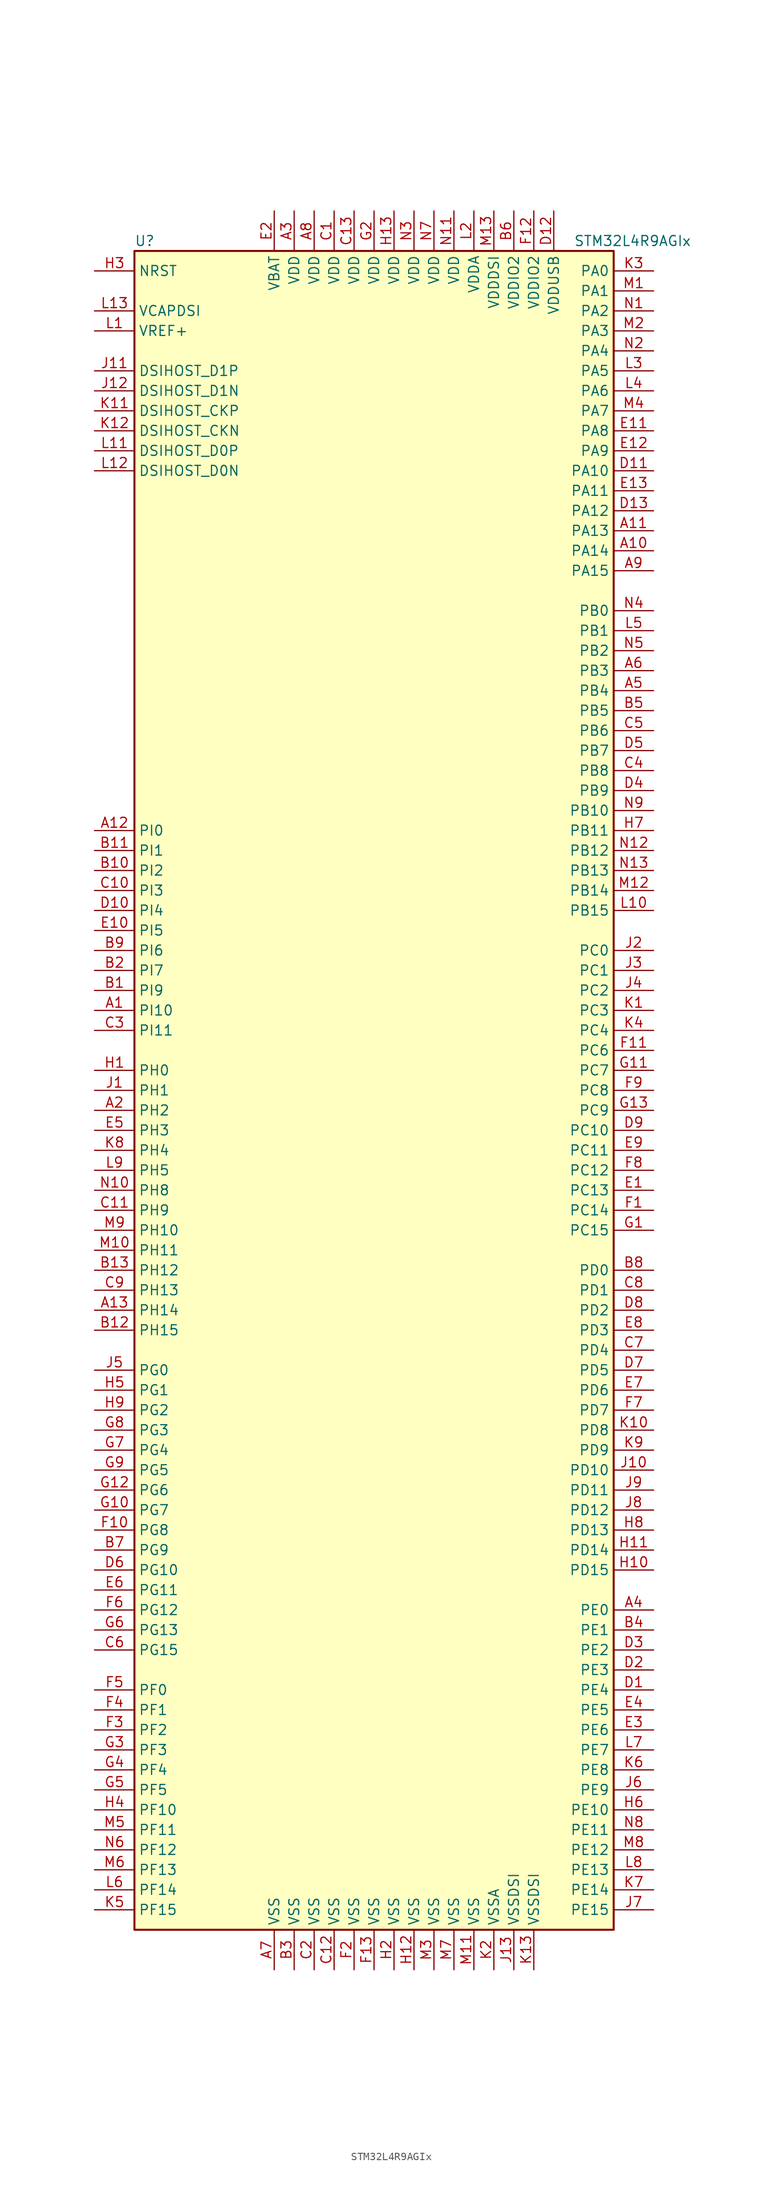
<source format=kicad_sym>
(kicad_symbol_lib
  (version 20220914)
  (generator kicad_symbol_editor)
  (symbol "STM32L4R9AGIx"
    (property "Reference" "U"
      (at -30.48 107.95 0)
      (effects (font (size 1.27 1.27)) (justify left)))
    (property "Value" "STM32L4R9AGIx"
      (at 25.4 107.95 0)
      (effects (font (size 1.27 1.27)) (justify left)))
    (symbol "STM32L4R9AGIx_0_1"
      (rectangle (start -30.48 -106.68) (end 30.48 106.68) (stroke (width 0.254) (type default)) (fill (type background))))
    (symbol "STM32L4R9AGIx_1_1"
      (pin bidirectional line (at -35.56 10.16 0) (length 5.08) (name "PI10" (effects (font (size 1.27 1.27)))) (number "A1" (effects (font (size 1.27 1.27)))))
      (pin bidirectional line (at 35.56 68.58 180) (length 5.08) (name "PA14" (effects (font (size 1.27 1.27)))) (number "A10" (effects (font (size 1.27 1.27)))))
      (pin bidirectional line (at 35.56 71.12 180) (length 5.08) (name "PA13" (effects (font (size 1.27 1.27)))) (number "A11" (effects (font (size 1.27 1.27)))))
      (pin bidirectional line (at -35.56 33.02 0) (length 5.08) (name "PI0" (effects (font (size 1.27 1.27)))) (number "A12" (effects (font (size 1.27 1.27)))))
      (pin bidirectional line (at -35.56 -27.94 0) (length 5.08) (name "PH14" (effects (font (size 1.27 1.27)))) (number "A13" (effects (font (size 1.27 1.27)))))
      (pin bidirectional line (at -35.56 -2.54 0) (length 5.08) (name "PH2" (effects (font (size 1.27 1.27)))) (number "A2" (effects (font (size 1.27 1.27)))))
      (pin power_in line (at -10.16 111.76 270) (length 5.08) (name "VDD" (effects (font (size 1.27 1.27)))) (number "A3" (effects (font (size 1.27 1.27)))))
      (pin bidirectional line (at 35.56 -66.04 180) (length 5.08) (name "PE0" (effects (font (size 1.27 1.27)))) (number "A4" (effects (font (size 1.27 1.27)))))
      (pin bidirectional line (at 35.56 50.8 180) (length 5.08) (name "PB4" (effects (font (size 1.27 1.27)))) (number "A5" (effects (font (size 1.27 1.27)))))
      (pin bidirectional line (at 35.56 53.34 180) (length 5.08) (name "PB3" (effects (font (size 1.27 1.27)))) (number "A6" (effects (font (size 1.27 1.27)))))
      (pin power_in line (at -12.7 -111.76 90) (length 5.08) (name "VSS" (effects (font (size 1.27 1.27)))) (number "A7" (effects (font (size 1.27 1.27)))))
      (pin power_in line (at -7.62 111.76 270) (length 5.08) (name "VDD" (effects (font (size 1.27 1.27)))) (number "A8" (effects (font (size 1.27 1.27)))))
      (pin bidirectional line (at 35.56 66.04 180) (length 5.08) (name "PA15" (effects (font (size 1.27 1.27)))) (number "A9" (effects (font (size 1.27 1.27)))))
      (pin bidirectional line (at -35.56 12.7 0) (length 5.08) (name "PI9" (effects (font (size 1.27 1.27)))) (number "B1" (effects (font (size 1.27 1.27)))))
      (pin bidirectional line (at -35.56 27.94 0) (length 5.08) (name "PI2" (effects (font (size 1.27 1.27)))) (number "B10" (effects (font (size 1.27 1.27)))))
      (pin bidirectional line (at -35.56 30.48 0) (length 5.08) (name "PI1" (effects (font (size 1.27 1.27)))) (number "B11" (effects (font (size 1.27 1.27)))))
      (pin bidirectional line (at -35.56 -30.48 0) (length 5.08) (name "PH15" (effects (font (size 1.27 1.27)))) (number "B12" (effects (font (size 1.27 1.27)))))
      (pin bidirectional line (at -35.56 -22.86 0) (length 5.08) (name "PH12" (effects (font (size 1.27 1.27)))) (number "B13" (effects (font (size 1.27 1.27)))))
      (pin bidirectional line (at -35.56 15.24 0) (length 5.08) (name "PI7" (effects (font (size 1.27 1.27)))) (number "B2" (effects (font (size 1.27 1.27)))))
      (pin power_in line (at -10.16 -111.76 90) (length 5.08) (name "VSS" (effects (font (size 1.27 1.27)))) (number "B3" (effects (font (size 1.27 1.27)))))
      (pin bidirectional line (at 35.56 -68.58 180) (length 5.08) (name "PE1" (effects (font (size 1.27 1.27)))) (number "B4" (effects (font (size 1.27 1.27)))))
      (pin bidirectional line (at 35.56 48.26 180) (length 5.08) (name "PB5" (effects (font (size 1.27 1.27)))) (number "B5" (effects (font (size 1.27 1.27)))))
      (pin power_in line (at 17.78 111.76 270) (length 5.08) (name "VDDIO2" (effects (font (size 1.27 1.27)))) (number "B6" (effects (font (size 1.27 1.27)))))
      (pin bidirectional line (at -35.56 -58.42 0) (length 5.08) (name "PG9" (effects (font (size 1.27 1.27)))) (number "B7" (effects (font (size 1.27 1.27)))))
      (pin bidirectional line (at 35.56 -22.86 180) (length 5.08) (name "PD0" (effects (font (size 1.27 1.27)))) (number "B8" (effects (font (size 1.27 1.27)))))
      (pin bidirectional line (at -35.56 17.78 0) (length 5.08) (name "PI6" (effects (font (size 1.27 1.27)))) (number "B9" (effects (font (size 1.27 1.27)))))
      (pin power_in line (at -5.08 111.76 270) (length 5.08) (name "VDD" (effects (font (size 1.27 1.27)))) (number "C1" (effects (font (size 1.27 1.27)))))
      (pin bidirectional line (at -35.56 25.4 0) (length 5.08) (name "PI3" (effects (font (size 1.27 1.27)))) (number "C10" (effects (font (size 1.27 1.27)))))
      (pin bidirectional line (at -35.56 -15.24 0) (length 5.08) (name "PH9" (effects (font (size 1.27 1.27)))) (number "C11" (effects (font (size 1.27 1.27)))))
      (pin power_in line (at -5.08 -111.76 90) (length 5.08) (name "VSS" (effects (font (size 1.27 1.27)))) (number "C12" (effects (font (size 1.27 1.27)))))
      (pin power_in line (at -2.54 111.76 270) (length 5.08) (name "VDD" (effects (font (size 1.27 1.27)))) (number "C13" (effects (font (size 1.27 1.27)))))
      (pin power_in line (at -7.62 -111.76 90) (length 5.08) (name "VSS" (effects (font (size 1.27 1.27)))) (number "C2" (effects (font (size 1.27 1.27)))))
      (pin bidirectional line (at -35.56 7.62 0) (length 5.08) (name "PI11" (effects (font (size 1.27 1.27)))) (number "C3" (effects (font (size 1.27 1.27)))))
      (pin bidirectional line (at 35.56 40.64 180) (length 5.08) (name "PB8" (effects (font (size 1.27 1.27)))) (number "C4" (effects (font (size 1.27 1.27)))))
      (pin bidirectional line (at 35.56 45.72 180) (length 5.08) (name "PB6" (effects (font (size 1.27 1.27)))) (number "C5" (effects (font (size 1.27 1.27)))))
      (pin bidirectional line (at -35.56 -71.12 0) (length 5.08) (name "PG15" (effects (font (size 1.27 1.27)))) (number "C6" (effects (font (size 1.27 1.27)))))
      (pin bidirectional line (at 35.56 -33.02 180) (length 5.08) (name "PD4" (effects (font (size 1.27 1.27)))) (number "C7" (effects (font (size 1.27 1.27)))))
      (pin bidirectional line (at 35.56 -25.4 180) (length 5.08) (name "PD1" (effects (font (size 1.27 1.27)))) (number "C8" (effects (font (size 1.27 1.27)))))
      (pin bidirectional line (at -35.56 -25.4 0) (length 5.08) (name "PH13" (effects (font (size 1.27 1.27)))) (number "C9" (effects (font (size 1.27 1.27)))))
      (pin bidirectional line (at 35.56 -76.2 180) (length 5.08) (name "PE4" (effects (font (size 1.27 1.27)))) (number "D1" (effects (font (size 1.27 1.27)))))
      (pin bidirectional line (at -35.56 22.86 0) (length 5.08) (name "PI4" (effects (font (size 1.27 1.27)))) (number "D10" (effects (font (size 1.27 1.27)))))
      (pin bidirectional line (at 35.56 78.74 180) (length 5.08) (name "PA10" (effects (font (size 1.27 1.27)))) (number "D11" (effects (font (size 1.27 1.27)))))
      (pin power_in line (at 22.86 111.76 270) (length 5.08) (name "VDDUSB" (effects (font (size 1.27 1.27)))) (number "D12" (effects (font (size 1.27 1.27)))))
      (pin bidirectional line (at 35.56 73.66 180) (length 5.08) (name "PA12" (effects (font (size 1.27 1.27)))) (number "D13" (effects (font (size 1.27 1.27)))))
      (pin bidirectional line (at 35.56 -73.66 180) (length 5.08) (name "PE3" (effects (font (size 1.27 1.27)))) (number "D2" (effects (font (size 1.27 1.27)))))
      (pin bidirectional line (at 35.56 -71.12 180) (length 5.08) (name "PE2" (effects (font (size 1.27 1.27)))) (number "D3" (effects (font (size 1.27 1.27)))))
      (pin bidirectional line (at 35.56 38.1 180) (length 5.08) (name "PB9" (effects (font (size 1.27 1.27)))) (number "D4" (effects (font (size 1.27 1.27)))))
      (pin bidirectional line (at 35.56 43.18 180) (length 5.08) (name "PB7" (effects (font (size 1.27 1.27)))) (number "D5" (effects (font (size 1.27 1.27)))))
      (pin bidirectional line (at -35.56 -60.96 0) (length 5.08) (name "PG10" (effects (font (size 1.27 1.27)))) (number "D6" (effects (font (size 1.27 1.27)))))
      (pin bidirectional line (at 35.56 -35.56 180) (length 5.08) (name "PD5" (effects (font (size 1.27 1.27)))) (number "D7" (effects (font (size 1.27 1.27)))))
      (pin bidirectional line (at 35.56 -27.94 180) (length 5.08) (name "PD2" (effects (font (size 1.27 1.27)))) (number "D8" (effects (font (size 1.27 1.27)))))
      (pin bidirectional line (at 35.56 -5.08 180) (length 5.08) (name "PC10" (effects (font (size 1.27 1.27)))) (number "D9" (effects (font (size 1.27 1.27)))))
      (pin bidirectional line (at 35.56 -12.7 180) (length 5.08) (name "PC13" (effects (font (size 1.27 1.27)))) (number "E1" (effects (font (size 1.27 1.27)))))
      (pin bidirectional line (at -35.56 20.32 0) (length 5.08) (name "PI5" (effects (font (size 1.27 1.27)))) (number "E10" (effects (font (size 1.27 1.27)))))
      (pin bidirectional line (at 35.56 83.82 180) (length 5.08) (name "PA8" (effects (font (size 1.27 1.27)))) (number "E11" (effects (font (size 1.27 1.27)))))
      (pin bidirectional line (at 35.56 81.28 180) (length 5.08) (name "PA9" (effects (font (size 1.27 1.27)))) (number "E12" (effects (font (size 1.27 1.27)))))
      (pin bidirectional line (at 35.56 76.2 180) (length 5.08) (name "PA11" (effects (font (size 1.27 1.27)))) (number "E13" (effects (font (size 1.27 1.27)))))
      (pin power_in line (at -12.7 111.76 270) (length 5.08) (name "VBAT" (effects (font (size 1.27 1.27)))) (number "E2" (effects (font (size 1.27 1.27)))))
      (pin bidirectional line (at 35.56 -81.28 180) (length 5.08) (name "PE6" (effects (font (size 1.27 1.27)))) (number "E3" (effects (font (size 1.27 1.27)))))
      (pin bidirectional line (at 35.56 -78.74 180) (length 5.08) (name "PE5" (effects (font (size 1.27 1.27)))) (number "E4" (effects (font (size 1.27 1.27)))))
      (pin bidirectional line (at -35.56 -5.08 0) (length 5.08) (name "PH3" (effects (font (size 1.27 1.27)))) (number "E5" (effects (font (size 1.27 1.27)))))
      (pin bidirectional line (at -35.56 -63.5 0) (length 5.08) (name "PG11" (effects (font (size 1.27 1.27)))) (number "E6" (effects (font (size 1.27 1.27)))))
      (pin bidirectional line (at 35.56 -38.1 180) (length 5.08) (name "PD6" (effects (font (size 1.27 1.27)))) (number "E7" (effects (font (size 1.27 1.27)))))
      (pin bidirectional line (at 35.56 -30.48 180) (length 5.08) (name "PD3" (effects (font (size 1.27 1.27)))) (number "E8" (effects (font (size 1.27 1.27)))))
      (pin bidirectional line (at 35.56 -7.62 180) (length 5.08) (name "PC11" (effects (font (size 1.27 1.27)))) (number "E9" (effects (font (size 1.27 1.27)))))
      (pin bidirectional line (at 35.56 -15.24 180) (length 5.08) (name "PC14" (effects (font (size 1.27 1.27)))) (number "F1" (effects (font (size 1.27 1.27)))))
      (pin bidirectional line (at -35.56 -55.88 0) (length 5.08) (name "PG8" (effects (font (size 1.27 1.27)))) (number "F10" (effects (font (size 1.27 1.27)))))
      (pin bidirectional line (at 35.56 5.08 180) (length 5.08) (name "PC6" (effects (font (size 1.27 1.27)))) (number "F11" (effects (font (size 1.27 1.27)))))
      (pin power_in line (at 20.32 111.76 270) (length 5.08) (name "VDDIO2" (effects (font (size 1.27 1.27)))) (number "F12" (effects (font (size 1.27 1.27)))))
      (pin power_in line (at 0 -111.76 90) (length 5.08) (name "VSS" (effects (font (size 1.27 1.27)))) (number "F13" (effects (font (size 1.27 1.27)))))
      (pin power_in line (at -2.54 -111.76 90) (length 5.08) (name "VSS" (effects (font (size 1.27 1.27)))) (number "F2" (effects (font (size 1.27 1.27)))))
      (pin bidirectional line (at -35.56 -81.28 0) (length 5.08) (name "PF2" (effects (font (size 1.27 1.27)))) (number "F3" (effects (font (size 1.27 1.27)))))
      (pin bidirectional line (at -35.56 -78.74 0) (length 5.08) (name "PF1" (effects (font (size 1.27 1.27)))) (number "F4" (effects (font (size 1.27 1.27)))))
      (pin bidirectional line (at -35.56 -76.2 0) (length 5.08) (name "PF0" (effects (font (size 1.27 1.27)))) (number "F5" (effects (font (size 1.27 1.27)))))
      (pin bidirectional line (at -35.56 -66.04 0) (length 5.08) (name "PG12" (effects (font (size 1.27 1.27)))) (number "F6" (effects (font (size 1.27 1.27)))))
      (pin bidirectional line (at 35.56 -40.64 180) (length 5.08) (name "PD7" (effects (font (size 1.27 1.27)))) (number "F7" (effects (font (size 1.27 1.27)))))
      (pin bidirectional line (at 35.56 -10.16 180) (length 5.08) (name "PC12" (effects (font (size 1.27 1.27)))) (number "F8" (effects (font (size 1.27 1.27)))))
      (pin bidirectional line (at 35.56 0 180) (length 5.08) (name "PC8" (effects (font (size 1.27 1.27)))) (number "F9" (effects (font (size 1.27 1.27)))))
      (pin bidirectional line (at 35.56 -17.78 180) (length 5.08) (name "PC15" (effects (font (size 1.27 1.27)))) (number "G1" (effects (font (size 1.27 1.27)))))
      (pin bidirectional line (at -35.56 -53.34 0) (length 5.08) (name "PG7" (effects (font (size 1.27 1.27)))) (number "G10" (effects (font (size 1.27 1.27)))))
      (pin bidirectional line (at 35.56 2.54 180) (length 5.08) (name "PC7" (effects (font (size 1.27 1.27)))) (number "G11" (effects (font (size 1.27 1.27)))))
      (pin bidirectional line (at -35.56 -50.8 0) (length 5.08) (name "PG6" (effects (font (size 1.27 1.27)))) (number "G12" (effects (font (size 1.27 1.27)))))
      (pin bidirectional line (at 35.56 -2.54 180) (length 5.08) (name "PC9" (effects (font (size 1.27 1.27)))) (number "G13" (effects (font (size 1.27 1.27)))))
      (pin power_in line (at 0 111.76 270) (length 5.08) (name "VDD" (effects (font (size 1.27 1.27)))) (number "G2" (effects (font (size 1.27 1.27)))))
      (pin bidirectional line (at -35.56 -83.82 0) (length 5.08) (name "PF3" (effects (font (size 1.27 1.27)))) (number "G3" (effects (font (size 1.27 1.27)))))
      (pin bidirectional line (at -35.56 -86.36 0) (length 5.08) (name "PF4" (effects (font (size 1.27 1.27)))) (number "G4" (effects (font (size 1.27 1.27)))))
      (pin bidirectional line (at -35.56 -88.9 0) (length 5.08) (name "PF5" (effects (font (size 1.27 1.27)))) (number "G5" (effects (font (size 1.27 1.27)))))
      (pin bidirectional line (at -35.56 -68.58 0) (length 5.08) (name "PG13" (effects (font (size 1.27 1.27)))) (number "G6" (effects (font (size 1.27 1.27)))))
      (pin bidirectional line (at -35.56 -45.72 0) (length 5.08) (name "PG4" (effects (font (size 1.27 1.27)))) (number "G7" (effects (font (size 1.27 1.27)))))
      (pin bidirectional line (at -35.56 -43.18 0) (length 5.08) (name "PG3" (effects (font (size 1.27 1.27)))) (number "G8" (effects (font (size 1.27 1.27)))))
      (pin bidirectional line (at -35.56 -48.26 0) (length 5.08) (name "PG5" (effects (font (size 1.27 1.27)))) (number "G9" (effects (font (size 1.27 1.27)))))
      (pin input line (at -35.56 2.54 0) (length 5.08) (name "PH0" (effects (font (size 1.27 1.27)))) (number "H1" (effects (font (size 1.27 1.27)))))
      (pin bidirectional line (at 35.56 -60.96 180) (length 5.08) (name "PD15" (effects (font (size 1.27 1.27)))) (number "H10" (effects (font (size 1.27 1.27)))))
      (pin bidirectional line (at 35.56 -58.42 180) (length 5.08) (name "PD14" (effects (font (size 1.27 1.27)))) (number "H11" (effects (font (size 1.27 1.27)))))
      (pin power_in line (at 5.08 -111.76 90) (length 5.08) (name "VSS" (effects (font (size 1.27 1.27)))) (number "H12" (effects (font (size 1.27 1.27)))))
      (pin power_in line (at 2.54 111.76 270) (length 5.08) (name "VDD" (effects (font (size 1.27 1.27)))) (number "H13" (effects (font (size 1.27 1.27)))))
      (pin power_in line (at 2.54 -111.76 90) (length 5.08) (name "VSS" (effects (font (size 1.27 1.27)))) (number "H2" (effects (font (size 1.27 1.27)))))
      (pin input line (at -35.56 104.14 0) (length 5.08) (name "NRST" (effects (font (size 1.27 1.27)))) (number "H3" (effects (font (size 1.27 1.27)))))
      (pin bidirectional line (at -35.56 -91.44 0) (length 5.08) (name "PF10" (effects (font (size 1.27 1.27)))) (number "H4" (effects (font (size 1.27 1.27)))))
      (pin bidirectional line (at -35.56 -38.1 0) (length 5.08) (name "PG1" (effects (font (size 1.27 1.27)))) (number "H5" (effects (font (size 1.27 1.27)))))
      (pin bidirectional line (at 35.56 -91.44 180) (length 5.08) (name "PE10" (effects (font (size 1.27 1.27)))) (number "H6" (effects (font (size 1.27 1.27)))))
      (pin bidirectional line (at 35.56 33.02 180) (length 5.08) (name "PB11" (effects (font (size 1.27 1.27)))) (number "H7" (effects (font (size 1.27 1.27)))))
      (pin bidirectional line (at 35.56 -55.88 180) (length 5.08) (name "PD13" (effects (font (size 1.27 1.27)))) (number "H8" (effects (font (size 1.27 1.27)))))
      (pin bidirectional line (at -35.56 -40.64 0) (length 5.08) (name "PG2" (effects (font (size 1.27 1.27)))) (number "H9" (effects (font (size 1.27 1.27)))))
      (pin input line (at -35.56 0 0) (length 5.08) (name "PH1" (effects (font (size 1.27 1.27)))) (number "J1" (effects (font (size 1.27 1.27)))))
      (pin bidirectional line (at 35.56 -48.26 180) (length 5.08) (name "PD10" (effects (font (size 1.27 1.27)))) (number "J10" (effects (font (size 1.27 1.27)))))
      (pin bidirectional line (at -35.56 91.44 0) (length 5.08) (name "DSIHOST_D1P" (effects (font (size 1.27 1.27)))) (number "J11" (effects (font (size 1.27 1.27)))))
      (pin bidirectional line (at -35.56 88.9 0) (length 5.08) (name "DSIHOST_D1N" (effects (font (size 1.27 1.27)))) (number "J12" (effects (font (size 1.27 1.27)))))
      (pin power_in line (at 17.78 -111.76 90) (length 5.08) (name "VSSDSI" (effects (font (size 1.27 1.27)))) (number "J13" (effects (font (size 1.27 1.27)))))
      (pin bidirectional line (at 35.56 17.78 180) (length 5.08) (name "PC0" (effects (font (size 1.27 1.27)))) (number "J2" (effects (font (size 1.27 1.27)))))
      (pin bidirectional line (at 35.56 15.24 180) (length 5.08) (name "PC1" (effects (font (size 1.27 1.27)))) (number "J3" (effects (font (size 1.27 1.27)))))
      (pin bidirectional line (at 35.56 12.7 180) (length 5.08) (name "PC2" (effects (font (size 1.27 1.27)))) (number "J4" (effects (font (size 1.27 1.27)))))
      (pin bidirectional line (at -35.56 -35.56 0) (length 5.08) (name "PG0" (effects (font (size 1.27 1.27)))) (number "J5" (effects (font (size 1.27 1.27)))))
      (pin bidirectional line (at 35.56 -88.9 180) (length 5.08) (name "PE9" (effects (font (size 1.27 1.27)))) (number "J6" (effects (font (size 1.27 1.27)))))
      (pin bidirectional line (at 35.56 -104.14 180) (length 5.08) (name "PE15" (effects (font (size 1.27 1.27)))) (number "J7" (effects (font (size 1.27 1.27)))))
      (pin bidirectional line (at 35.56 -53.34 180) (length 5.08) (name "PD12" (effects (font (size 1.27 1.27)))) (number "J8" (effects (font (size 1.27 1.27)))))
      (pin bidirectional line (at 35.56 -50.8 180) (length 5.08) (name "PD11" (effects (font (size 1.27 1.27)))) (number "J9" (effects (font (size 1.27 1.27)))))
      (pin bidirectional line (at 35.56 10.16 180) (length 5.08) (name "PC3" (effects (font (size 1.27 1.27)))) (number "K1" (effects (font (size 1.27 1.27)))))
      (pin bidirectional line (at 35.56 -43.18 180) (length 5.08) (name "PD8" (effects (font (size 1.27 1.27)))) (number "K10" (effects (font (size 1.27 1.27)))))
      (pin bidirectional line (at -35.56 86.36 0) (length 5.08) (name "DSIHOST_CKP" (effects (font (size 1.27 1.27)))) (number "K11" (effects (font (size 1.27 1.27)))))
      (pin bidirectional line (at -35.56 83.82 0) (length 5.08) (name "DSIHOST_CKN" (effects (font (size 1.27 1.27)))) (number "K12" (effects (font (size 1.27 1.27)))))
      (pin power_in line (at 20.32 -111.76 90) (length 5.08) (name "VSSDSI" (effects (font (size 1.27 1.27)))) (number "K13" (effects (font (size 1.27 1.27)))))
      (pin power_in line (at 15.24 -111.76 90) (length 5.08) (name "VSSA" (effects (font (size 1.27 1.27)))) (number "K2" (effects (font (size 1.27 1.27)))))
      (pin bidirectional line (at 35.56 104.14 180) (length 5.08) (name "PA0" (effects (font (size 1.27 1.27)))) (number "K3" (effects (font (size 1.27 1.27)))))
      (pin bidirectional line (at 35.56 7.62 180) (length 5.08) (name "PC4" (effects (font (size 1.27 1.27)))) (number "K4" (effects (font (size 1.27 1.27)))))
      (pin bidirectional line (at -35.56 -104.14 0) (length 5.08) (name "PF15" (effects (font (size 1.27 1.27)))) (number "K5" (effects (font (size 1.27 1.27)))))
      (pin bidirectional line (at 35.56 -86.36 180) (length 5.08) (name "PE8" (effects (font (size 1.27 1.27)))) (number "K6" (effects (font (size 1.27 1.27)))))
      (pin bidirectional line (at 35.56 -101.6 180) (length 5.08) (name "PE14" (effects (font (size 1.27 1.27)))) (number "K7" (effects (font (size 1.27 1.27)))))
      (pin bidirectional line (at -35.56 -7.62 0) (length 5.08) (name "PH4" (effects (font (size 1.27 1.27)))) (number "K8" (effects (font (size 1.27 1.27)))))
      (pin bidirectional line (at 35.56 -45.72 180) (length 5.08) (name "PD9" (effects (font (size 1.27 1.27)))) (number "K9" (effects (font (size 1.27 1.27)))))
      (pin bidirectional line (at -35.56 96.52 0) (length 5.08) (name "VREF+" (effects (font (size 1.27 1.27)))) (number "L1" (effects (font (size 1.27 1.27)))))
      (pin bidirectional line (at 35.56 22.86 180) (length 5.08) (name "PB15" (effects (font (size 1.27 1.27)))) (number "L10" (effects (font (size 1.27 1.27)))))
      (pin bidirectional line (at -35.56 81.28 0) (length 5.08) (name "DSIHOST_D0P" (effects (font (size 1.27 1.27)))) (number "L11" (effects (font (size 1.27 1.27)))))
      (pin bidirectional line (at -35.56 78.74 0) (length 5.08) (name "DSIHOST_D0N" (effects (font (size 1.27 1.27)))) (number "L12" (effects (font (size 1.27 1.27)))))
      (pin power_in line (at -35.56 99.06 0) (length 5.08) (name "VCAPDSI" (effects (font (size 1.27 1.27)))) (number "L13" (effects (font (size 1.27 1.27)))))
      (pin power_in line (at 12.7 111.76 270) (length 5.08) (name "VDDA" (effects (font (size 1.27 1.27)))) (number "L2" (effects (font (size 1.27 1.27)))))
      (pin bidirectional line (at 35.56 91.44 180) (length 5.08) (name "PA5" (effects (font (size 1.27 1.27)))) (number "L3" (effects (font (size 1.27 1.27)))))
      (pin bidirectional line (at 35.56 88.9 180) (length 5.08) (name "PA6" (effects (font (size 1.27 1.27)))) (number "L4" (effects (font (size 1.27 1.27)))))
      (pin bidirectional line (at 35.56 58.42 180) (length 5.08) (name "PB1" (effects (font (size 1.27 1.27)))) (number "L5" (effects (font (size 1.27 1.27)))))
      (pin bidirectional line (at -35.56 -101.6 0) (length 5.08) (name "PF14" (effects (font (size 1.27 1.27)))) (number "L6" (effects (font (size 1.27 1.27)))))
      (pin bidirectional line (at 35.56 -83.82 180) (length 5.08) (name "PE7" (effects (font (size 1.27 1.27)))) (number "L7" (effects (font (size 1.27 1.27)))))
      (pin bidirectional line (at 35.56 -99.06 180) (length 5.08) (name "PE13" (effects (font (size 1.27 1.27)))) (number "L8" (effects (font (size 1.27 1.27)))))
      (pin bidirectional line (at -35.56 -10.16 0) (length 5.08) (name "PH5" (effects (font (size 1.27 1.27)))) (number "L9" (effects (font (size 1.27 1.27)))))
      (pin bidirectional line (at 35.56 101.6 180) (length 5.08) (name "PA1" (effects (font (size 1.27 1.27)))) (number "M1" (effects (font (size 1.27 1.27)))))
      (pin bidirectional line (at -35.56 -20.32 0) (length 5.08) (name "PH11" (effects (font (size 1.27 1.27)))) (number "M10" (effects (font (size 1.27 1.27)))))
      (pin power_in line (at 12.7 -111.76 90) (length 5.08) (name "VSS" (effects (font (size 1.27 1.27)))) (number "M11" (effects (font (size 1.27 1.27)))))
      (pin bidirectional line (at 35.56 25.4 180) (length 5.08) (name "PB14" (effects (font (size 1.27 1.27)))) (number "M12" (effects (font (size 1.27 1.27)))))
      (pin power_in line (at 15.24 111.76 270) (length 5.08) (name "VDDDSI" (effects (font (size 1.27 1.27)))) (number "M13" (effects (font (size 1.27 1.27)))))
      (pin bidirectional line (at 35.56 96.52 180) (length 5.08) (name "PA3" (effects (font (size 1.27 1.27)))) (number "M2" (effects (font (size 1.27 1.27)))))
      (pin power_in line (at 7.62 -111.76 90) (length 5.08) (name "VSS" (effects (font (size 1.27 1.27)))) (number "M3" (effects (font (size 1.27 1.27)))))
      (pin bidirectional line (at 35.56 86.36 180) (length 5.08) (name "PA7" (effects (font (size 1.27 1.27)))) (number "M4" (effects (font (size 1.27 1.27)))))
      (pin bidirectional line (at -35.56 -93.98 0) (length 5.08) (name "PF11" (effects (font (size 1.27 1.27)))) (number "M5" (effects (font (size 1.27 1.27)))))
      (pin bidirectional line (at -35.56 -99.06 0) (length 5.08) (name "PF13" (effects (font (size 1.27 1.27)))) (number "M6" (effects (font (size 1.27 1.27)))))
      (pin power_in line (at 10.16 -111.76 90) (length 5.08) (name "VSS" (effects (font (size 1.27 1.27)))) (number "M7" (effects (font (size 1.27 1.27)))))
      (pin bidirectional line (at 35.56 -96.52 180) (length 5.08) (name "PE12" (effects (font (size 1.27 1.27)))) (number "M8" (effects (font (size 1.27 1.27)))))
      (pin bidirectional line (at -35.56 -17.78 0) (length 5.08) (name "PH10" (effects (font (size 1.27 1.27)))) (number "M9" (effects (font (size 1.27 1.27)))))
      (pin bidirectional line (at 35.56 99.06 180) (length 5.08) (name "PA2" (effects (font (size 1.27 1.27)))) (number "N1" (effects (font (size 1.27 1.27)))))
      (pin bidirectional line (at -35.56 -12.7 0) (length 5.08) (name "PH8" (effects (font (size 1.27 1.27)))) (number "N10" (effects (font (size 1.27 1.27)))))
      (pin power_in line (at 10.16 111.76 270) (length 5.08) (name "VDD" (effects (font (size 1.27 1.27)))) (number "N11" (effects (font (size 1.27 1.27)))))
      (pin bidirectional line (at 35.56 30.48 180) (length 5.08) (name "PB12" (effects (font (size 1.27 1.27)))) (number "N12" (effects (font (size 1.27 1.27)))))
      (pin bidirectional line (at 35.56 27.94 180) (length 5.08) (name "PB13" (effects (font (size 1.27 1.27)))) (number "N13" (effects (font (size 1.27 1.27)))))
      (pin bidirectional line (at 35.56 93.98 180) (length 5.08) (name "PA4" (effects (font (size 1.27 1.27)))) (number "N2" (effects (font (size 1.27 1.27)))))
      (pin power_in line (at 5.08 111.76 270) (length 5.08) (name "VDD" (effects (font (size 1.27 1.27)))) (number "N3" (effects (font (size 1.27 1.27)))))
      (pin bidirectional line (at 35.56 60.96 180) (length 5.08) (name "PB0" (effects (font (size 1.27 1.27)))) (number "N4" (effects (font (size 1.27 1.27)))))
      (pin bidirectional line (at 35.56 55.88 180) (length 5.08) (name "PB2" (effects (font (size 1.27 1.27)))) (number "N5" (effects (font (size 1.27 1.27)))))
      (pin bidirectional line (at -35.56 -96.52 0) (length 5.08) (name "PF12" (effects (font (size 1.27 1.27)))) (number "N6" (effects (font (size 1.27 1.27)))))
      (pin power_in line (at 7.62 111.76 270) (length 5.08) (name "VDD" (effects (font (size 1.27 1.27)))) (number "N7" (effects (font (size 1.27 1.27)))))
      (pin bidirectional line (at 35.56 -93.98 180) (length 5.08) (name "PE11" (effects (font (size 1.27 1.27)))) (number "N8" (effects (font (size 1.27 1.27)))))
      (pin bidirectional line (at 35.56 35.56 180) (length 5.08) (name "PB10" (effects (font (size 1.27 1.27)))) (number "N9" (effects (font (size 1.27 1.27))))))))
</source>
